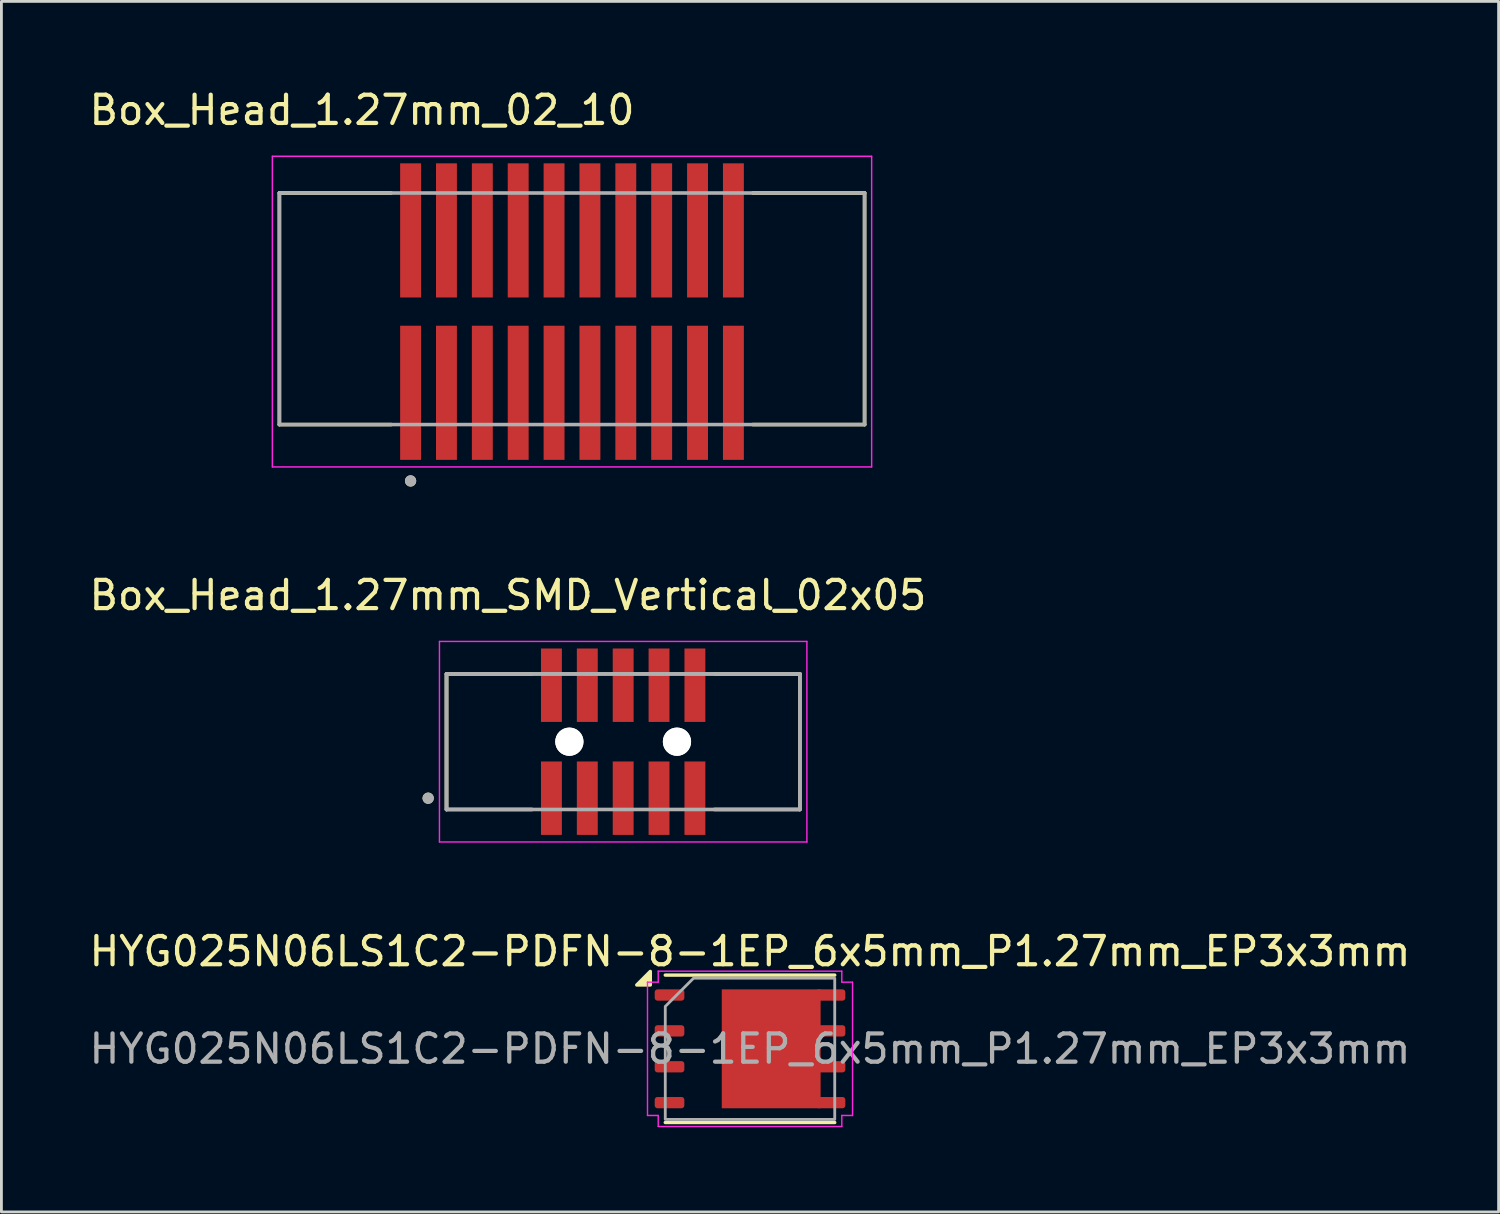
<source format=kicad_pcb>
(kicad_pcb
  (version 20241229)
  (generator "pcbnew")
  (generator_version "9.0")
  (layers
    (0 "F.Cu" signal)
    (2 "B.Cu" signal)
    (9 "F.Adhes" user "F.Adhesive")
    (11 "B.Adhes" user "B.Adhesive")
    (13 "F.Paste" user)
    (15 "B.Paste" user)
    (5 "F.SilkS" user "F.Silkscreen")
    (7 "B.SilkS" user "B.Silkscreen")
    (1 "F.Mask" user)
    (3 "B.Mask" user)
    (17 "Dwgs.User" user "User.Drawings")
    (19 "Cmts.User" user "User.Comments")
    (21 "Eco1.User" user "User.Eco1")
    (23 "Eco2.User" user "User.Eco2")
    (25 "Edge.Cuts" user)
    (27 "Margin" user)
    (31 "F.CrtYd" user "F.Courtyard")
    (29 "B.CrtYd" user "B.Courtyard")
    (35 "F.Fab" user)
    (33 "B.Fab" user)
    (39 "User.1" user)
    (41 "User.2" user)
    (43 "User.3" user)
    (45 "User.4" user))
  (footprint "Box_Head_1.27mm_02_10"
    (layer "F.Cu")
    (at 17.203 7.983)
    (property "Reference" "Box_Head_1.27mm_02_10" (at -7.435 -7.135 0) (layer "F.SilkS") (effects (font (size 1 1) (thickness 0.15))))
    (attr smd)
    (fp_line (start -10.36 -4.2) (end -6.405 -4.2) (stroke (width 0.127) (type solid)) (layer "F.SilkS"))
    (fp_line (start -10.36 4) (end -10.36 -4.2) (stroke (width 0.127) (type solid)) (layer "F.SilkS"))
    (fp_line (start -6.405 4) (end -10.36 4) (stroke (width 0.127) (type solid)) (layer "F.SilkS"))
    (fp_line (start 6.405 -4.2) (end 10.36 -4.2) (stroke (width 0.127) (type solid)) (layer "F.SilkS"))
    (fp_line (start 10.36 -4.2) (end 10.36 4) (stroke (width 0.127) (type solid)) (layer "F.SilkS"))
    (fp_line (start 10.36 4) (end 6.405 4) (stroke (width 0.127) (type solid)) (layer "F.SilkS"))
    (fp_circle (center -5.715 5.996) (end -5.615 5.996) (stroke (width 0.2) (type solid)) (fill no) (layer "F.SilkS"))
    (fp_line (start -10.61 -5.5) (end -10.61 5.5) (stroke (width 0.05) (type solid)) (layer "F.CrtYd"))
    (fp_line (start -10.61 5.5) (end 10.61 5.5) (stroke (width 0.05) (type solid)) (layer "F.CrtYd"))
    (fp_line (start 10.61 -5.5) (end -10.61 -5.5) (stroke (width 0.05) (type solid)) (layer "F.CrtYd"))
    (fp_line (start 10.61 5.5) (end 10.61 -5.5) (stroke (width 0.05) (type solid)) (layer "F.CrtYd"))
    (fp_line (start -10.36 -4.2) (end 10.36 -4.2) (stroke (width 0.127) (type solid)) (layer "F.Fab"))
    (fp_line (start -10.36 4) (end -10.36 -4.2) (stroke (width 0.127) (type solid)) (layer "F.Fab"))
    (fp_line (start 10.36 -4.2) (end 10.36 4) (stroke (width 0.127) (type solid)) (layer "F.Fab"))
    (fp_line (start 10.36 4) (end -10.36 4) (stroke (width 0.127) (type solid)) (layer "F.Fab"))
    (fp_circle (center -5.715 5.996) (end -5.615 5.996) (stroke (width 0.2) (type solid)) (fill no) (layer "F.Fab"))
    (pad "1" smd rect (at -5.715 2.875) (size 0.74 4.75) (layers "F.Cu" "F.Mask" "F.Paste"))
    (pad "2" smd rect (at -5.715 -2.875) (size 0.74 4.75) (layers "F.Cu" "F.Mask" "F.Paste"))
    (pad "3" smd rect (at -4.445 2.875) (size 0.74 4.75) (layers "F.Cu" "F.Mask" "F.Paste"))
    (pad "4" smd rect (at -4.445 -2.875) (size 0.74 4.75) (layers "F.Cu" "F.Mask" "F.Paste"))
    (pad "5" smd rect (at -3.175 2.875) (size 0.74 4.75) (layers "F.Cu" "F.Mask" "F.Paste"))
    (pad "6" smd rect (at -3.175 -2.875) (size 0.74 4.75) (layers "F.Cu" "F.Mask" "F.Paste"))
    (pad "7" smd rect (at -1.905 2.875) (size 0.74 4.75) (layers "F.Cu" "F.Mask" "F.Paste"))
    (pad "8" smd rect (at -1.905 -2.875) (size 0.74 4.75) (layers "F.Cu" "F.Mask" "F.Paste"))
    (pad "9" smd rect (at -0.635 2.875) (size 0.74 4.75) (layers "F.Cu" "F.Mask" "F.Paste"))
    (pad "10" smd rect (at -0.635 -2.875) (size 0.74 4.75) (layers "F.Cu" "F.Mask" "F.Paste"))
    (pad "11" smd rect (at 0.635 2.875) (size 0.74 4.75) (layers "F.Cu" "F.Mask" "F.Paste"))
    (pad "12" smd rect (at 0.635 -2.875) (size 0.74 4.75) (layers "F.Cu" "F.Mask" "F.Paste"))
    (pad "13" smd rect (at 1.905 2.875) (size 0.74 4.75) (layers "F.Cu" "F.Mask" "F.Paste"))
    (pad "14" smd rect (at 1.905 -2.875) (size 0.74 4.75) (layers "F.Cu" "F.Mask" "F.Paste"))
    (pad "15" smd rect (at 3.175 2.875) (size 0.74 4.75) (layers "F.Cu" "F.Mask" "F.Paste"))
    (pad "16" smd rect (at 3.175 -2.875) (size 0.74 4.75) (layers "F.Cu" "F.Mask" "F.Paste"))
    (pad "17" smd rect (at 4.445 2.875) (size 0.74 4.75) (layers "F.Cu" "F.Mask" "F.Paste"))
    (pad "18" smd rect (at 4.445 -2.875) (size 0.74 4.75) (layers "F.Cu" "F.Mask" "F.Paste"))
    (pad "19" smd rect (at 5.715 2.875) (size 0.74 4.75) (layers "F.Cu" "F.Mask" "F.Paste"))
    (pad "20" smd rect (at 5.715 -2.875) (size 0.74 4.75) (layers "F.Cu" "F.Mask" "F.Paste")))
  (footprint "Box_Head_1.27mm_SMD_Vertical_02x05"
    (layer "F.Cu")
    (at 19.015 23.212)
    (property "Reference" "Box_Head_1.27mm_SMD_Vertical_02x05" (at -4.08 -5.185 0) (layer "F.SilkS") (effects (font (size 1 1) (thickness 0.15))))
    (attr smd)
    (fp_line (start -6.255 -2.4) (end -3.23 -2.4) (stroke (width 0.127) (type solid)) (layer "F.SilkS"))
    (fp_line (start -6.255 2.4) (end -6.255 -2.4) (stroke (width 0.127) (type solid)) (layer "F.SilkS"))
    (fp_line (start -3.23 2.4) (end -6.255 2.4) (stroke (width 0.127) (type solid)) (layer "F.SilkS"))
    (fp_line (start 3.23 -2.4) (end 6.255 -2.4) (stroke (width 0.127) (type solid)) (layer "F.SilkS"))
    (fp_line (start 3.23 2.4) (end 6.255 2.4) (stroke (width 0.127) (type solid)) (layer "F.SilkS"))
    (fp_line (start 6.255 -2.4) (end 6.255 2.4) (stroke (width 0.127) (type solid)) (layer "F.SilkS"))
    (fp_circle (center -6.905 2) (end -6.805 2) (stroke (width 0.2) (type solid)) (fill no) (layer "F.SilkS"))
    (fp_line (start -6.505 -3.55) (end 6.505 -3.55) (stroke (width 0.05) (type solid)) (layer "F.CrtYd"))
    (fp_line (start -6.505 3.55) (end -6.505 -3.55) (stroke (width 0.05) (type solid)) (layer "F.CrtYd"))
    (fp_line (start 6.505 -3.55) (end 6.505 3.55) (stroke (width 0.05) (type solid)) (layer "F.CrtYd"))
    (fp_line (start 6.505 3.55) (end -6.505 3.55) (stroke (width 0.05) (type solid)) (layer "F.CrtYd"))
    (fp_line (start -6.255 -2.4) (end 6.255 -2.4) (stroke (width 0.127) (type solid)) (layer "F.Fab"))
    (fp_line (start -6.255 -2.4) (end 6.255 -2.4) (stroke (width 0.127) (type solid)) (layer "F.Fab"))
    (fp_line (start -6.255 2.4) (end -6.255 -2.4) (stroke (width 0.127) (type solid)) (layer "F.Fab"))
    (fp_line (start -6.255 2.4) (end -6.255 -2.4) (stroke (width 0.127) (type solid)) (layer "F.Fab"))
    (fp_line (start 6.255 -2.4) (end 6.255 2.4) (stroke (width 0.127) (type solid)) (layer "F.Fab"))
    (fp_line (start 6.255 -2.4) (end 6.255 2.4) (stroke (width 0.127) (type solid)) (layer "F.Fab"))
    (fp_line (start 6.255 2.4) (end -6.255 2.4) (stroke (width 0.127) (type solid)) (layer "F.Fab"))
    (fp_circle (center -6.905 2) (end -6.805 2) (stroke (width 0.2) (type solid)) (fill no) (layer "F.Fab"))
    (pad "" np_thru_hole circle (at -1.905 0) (size 1 1) (drill 1) (layers "*.Cu" "*.Mask"))
    (pad "" np_thru_hole circle (at -1.905 0) (size 1 1) (drill 1) (layers "*.Cu" "*.Mask"))
    (pad "" np_thru_hole circle (at 1.905 0) (size 1 1) (drill 1) (layers "*.Cu" "*.Mask"))
    (pad "" np_thru_hole circle (at 1.905 0) (size 1 1) (drill 1) (layers "*.Cu" "*.Mask"))
    (pad "1" smd rect (at -2.54 2) (size 0.74 2.6) (layers "F.Cu" "F.Mask" "F.Paste"))
    (pad "2" smd rect (at -2.54 -2) (size 0.74 2.6) (layers "F.Cu" "F.Mask" "F.Paste"))
    (pad "3" smd rect (at -1.27 2) (size 0.74 2.6) (layers "F.Cu" "F.Mask" "F.Paste"))
    (pad "4" smd rect (at -1.27 -2) (size 0.74 2.6) (layers "F.Cu" "F.Mask" "F.Paste"))
    (pad "5" smd rect (at 0 2) (size 0.74 2.6) (layers "F.Cu" "F.Mask" "F.Paste"))
    (pad "6" smd rect (at 0 -2) (size 0.74 2.6) (layers "F.Cu" "F.Mask" "F.Paste"))
    (pad "7" smd rect (at 1.27 2) (size 0.74 2.6) (layers "F.Cu" "F.Mask" "F.Paste"))
    (pad "8" smd rect (at 1.27 -2) (size 0.74 2.6) (layers "F.Cu" "F.Mask" "F.Paste"))
    (pad "9" smd rect (at 2.54 2) (size 0.74 2.6) (layers "F.Cu" "F.Mask" "F.Paste"))
    (pad "10" smd rect (at 2.54 -2) (size 0.74 2.6) (layers "F.Cu" "F.Mask" "F.Paste")))
  (footprint "HYG025N06LS1C2-PDFN-8-1EP_6x5mm_P1.27mm_EP3x3mm"
    (layer "F.Cu")
    (at 23.506 34.086)
    (property "Reference" "HYG025N06LS1C2-PDFN-8-1EP_6x5mm_P1.27mm_EP3x3mm" (at 0 -3.45 0) (layer "F.SilkS") (effects (font (size 1 1) (thickness 0.15))))
    (attr smd)
    (fp_line (start -3 -2.61) (end 3 -2.61) (stroke (width 0.12) (type solid)) (layer "F.SilkS"))
    (fp_line (start -3 2.61) (end 3 2.61) (stroke (width 0.12) (type solid)) (layer "F.SilkS"))
    (fp_poly (pts (xy -3.53 -2.26) (xy -4.01 -2.26) (xy -3.53 -2.74)) (stroke (width 0.12) (type solid)) (fill yes) (layer "F.SilkS"))
    (fp_line (start -3.63 -2.36) (end -3.25 -2.36) (stroke (width 0.05) (type solid)) (layer "F.CrtYd"))
    (fp_line (start -3.63 2.36) (end -3.63 -2.36) (stroke (width 0.05) (type solid)) (layer "F.CrtYd"))
    (fp_line (start -3.25 -2.75) (end 3.25 -2.75) (stroke (width 0.05) (type solid)) (layer "F.CrtYd"))
    (fp_line (start -3.25 -2.36) (end -3.25 -2.75) (stroke (width 0.05) (type solid)) (layer "F.CrtYd"))
    (fp_line (start -3.25 2.36) (end -3.63 2.36) (stroke (width 0.05) (type solid)) (layer "F.CrtYd"))
    (fp_line (start -3.25 2.75) (end -3.25 2.36) (stroke (width 0.05) (type solid)) (layer "F.CrtYd"))
    (fp_line (start 3.25 -2.75) (end 3.25 -2.36) (stroke (width 0.05) (type solid)) (layer "F.CrtYd"))
    (fp_line (start 3.25 -2.36) (end 3.63 -2.36) (stroke (width 0.05) (type solid)) (layer "F.CrtYd"))
    (fp_line (start 3.25 2.36) (end 3.25 2.75) (stroke (width 0.05) (type solid)) (layer "F.CrtYd"))
    (fp_line (start 3.25 2.75) (end -3.25 2.75) (stroke (width 0.05) (type solid)) (layer "F.CrtYd"))
    (fp_line (start 3.63 -2.36) (end 3.63 2.36) (stroke (width 0.05) (type solid)) (layer "F.CrtYd"))
    (fp_line (start 3.63 2.36) (end 3.25 2.36) (stroke (width 0.05) (type solid)) (layer "F.CrtYd"))
    (fp_poly (pts (xy -3 -1.5) (xy -3 2.5) (xy 3 2.5) (xy 3 -2.5) (xy -2 -2.5)) (stroke (width 0.1) (type solid)) (fill no) (layer "F.Fab"))
    (fp_text user "${REFERENCE}" (at 0 0 0) (layer "F.Fab") (effects (font (size 1 1) (thickness 0.15))))
    (pad "" smd roundrect (at -0.75 -0.75) (size 1.21 1.21) (layers "F.Paste") (roundrect_rratio 0.207))
    (pad "" smd roundrect (at -0.75 0.75) (size 1.21 1.21) (layers "F.Paste") (roundrect_rratio 0.207))
    (pad "" smd roundrect (at 0.75 -0.75) (size 1.21 1.21) (layers "F.Paste") (roundrect_rratio 0.207))
    (pad "" smd roundrect (at 0.75 0.75) (size 1.21 1.21) (layers "F.Paste") (roundrect_rratio 0.207))
    (pad "D" smd rect (at 0.75 0) (size 3.5 4.21) (property pad_prop_heatsink) (layers "F.Cu" "F.Mask"))
    (pad "D" smd roundrect (at 2.85 -1.905) (size 1.05 0.4) (layers "F.Cu" "F.Mask" "F.Paste") (roundrect_rratio 0.25))
    (pad "D" smd roundrect (at 2.85 -0.635) (size 1.05 0.4) (layers "F.Cu" "F.Mask" "F.Paste") (roundrect_rratio 0.25))
    (pad "D" smd roundrect (at 2.85 0.635) (size 1.05 0.4) (layers "F.Cu" "F.Mask" "F.Paste") (roundrect_rratio 0.25))
    (pad "D" smd roundrect (at 2.85 1.905) (size 1.05 0.4) (layers "F.Cu" "F.Mask" "F.Paste") (roundrect_rratio 0.25))
    (pad "G" smd roundrect (at -2.85 1.905) (size 1.05 0.4) (layers "F.Cu" "F.Mask" "F.Paste") (roundrect_rratio 0.25))
    (pad "S" smd roundrect (at -2.85 -1.905) (size 1.05 0.4) (layers "F.Cu" "F.Mask" "F.Paste") (roundrect_rratio 0.25))
    (pad "S" smd roundrect (at -2.85 -0.635) (size 1.05 0.4) (layers "F.Cu" "F.Mask" "F.Paste") (roundrect_rratio 0.25))
    (pad "S" smd roundrect (at -2.85 0.635) (size 1.05 0.4) (layers "F.Cu" "F.Mask" "F.Paste") (roundrect_rratio 0.25)))
  (gr_rect
    (start -3 -3)
    (end 50.012 39.861)
    (stroke (width 0.1) (type default))
    (fill no)
    (layer "Edge.Cuts")))
</source>
